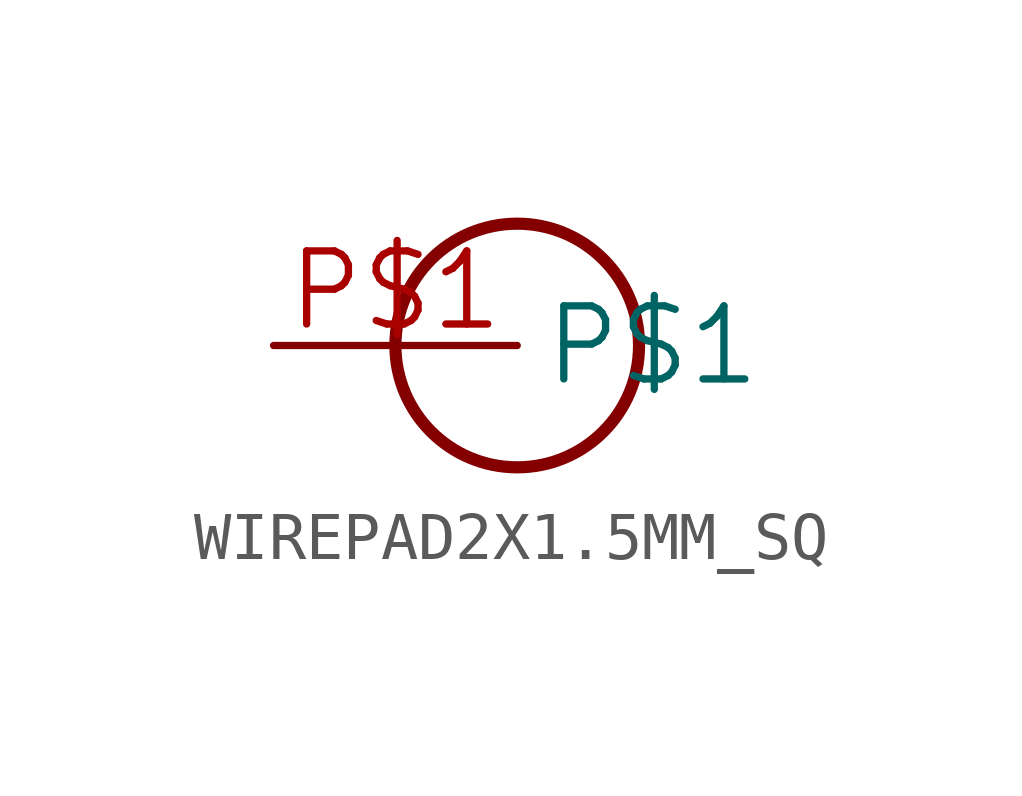
<source format=kicad_sym>
(kicad_symbol_lib
  (version 20241209)
  (generator "kicad_symbol_editor")
  (generator_version "9.0")
  (symbol "WIREPAD2X1.5MM_SQ"
    (property "Reference" ""
      (at 0 0 0)
      (effects (font (size 1.27 1.27)) (hide yes)))
    (property "ki_locked" ""
      (at 0 0 0)
      (effects (font (size 1.27 1.27))))
    (symbol "WIREPAD2X1.5MM_SQ_1_0"
      (circle (center 5.08 0) (radius 2.54) (stroke (width 0.254) (type solid)) (fill (type none)))
      (pin bidirectional line (at 0 0 0) (length 5.08) (name "P$1" (effects (font (size 1.524 1.524)))) (number "P$1" (effects (font (size 1.524 1.524))))))))
</source>
